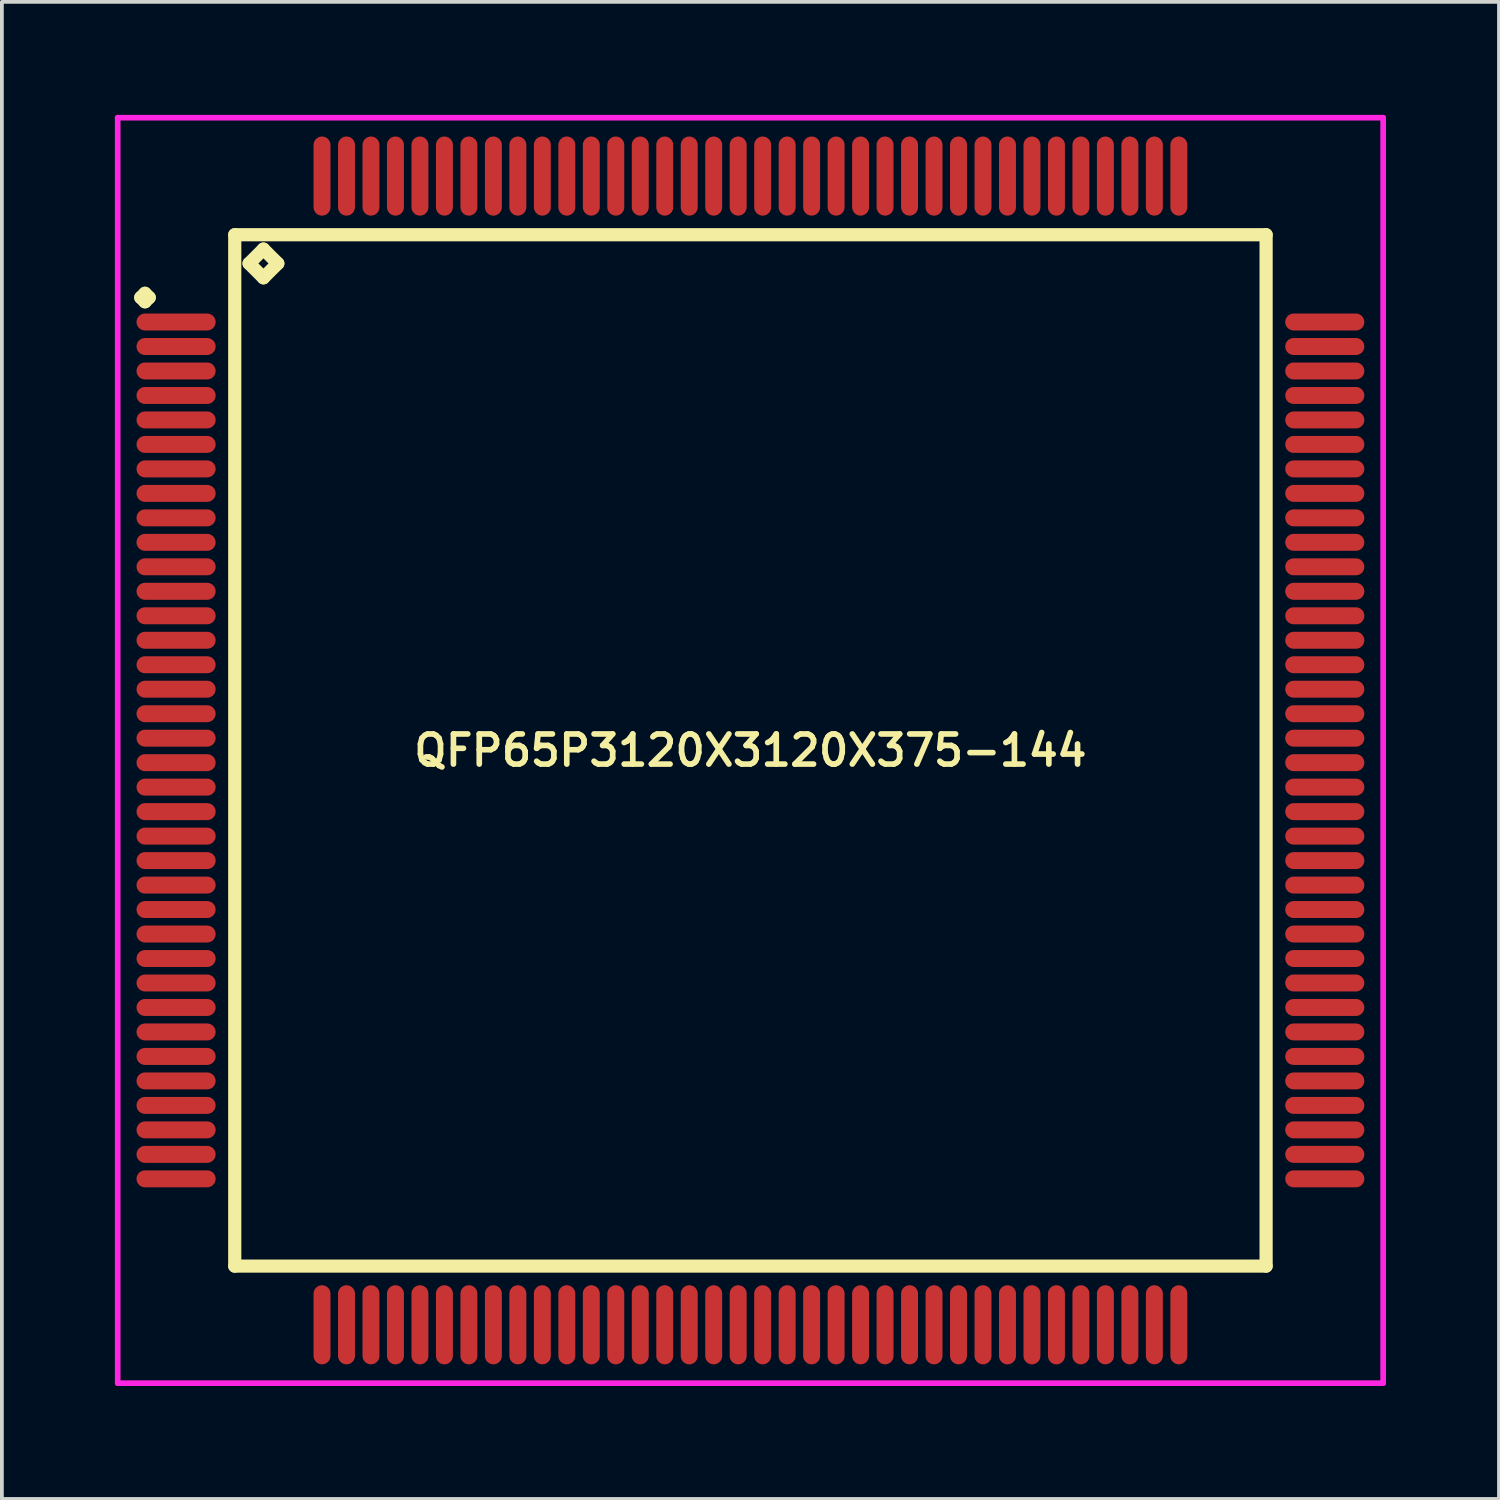
<source format=kicad_pcb>
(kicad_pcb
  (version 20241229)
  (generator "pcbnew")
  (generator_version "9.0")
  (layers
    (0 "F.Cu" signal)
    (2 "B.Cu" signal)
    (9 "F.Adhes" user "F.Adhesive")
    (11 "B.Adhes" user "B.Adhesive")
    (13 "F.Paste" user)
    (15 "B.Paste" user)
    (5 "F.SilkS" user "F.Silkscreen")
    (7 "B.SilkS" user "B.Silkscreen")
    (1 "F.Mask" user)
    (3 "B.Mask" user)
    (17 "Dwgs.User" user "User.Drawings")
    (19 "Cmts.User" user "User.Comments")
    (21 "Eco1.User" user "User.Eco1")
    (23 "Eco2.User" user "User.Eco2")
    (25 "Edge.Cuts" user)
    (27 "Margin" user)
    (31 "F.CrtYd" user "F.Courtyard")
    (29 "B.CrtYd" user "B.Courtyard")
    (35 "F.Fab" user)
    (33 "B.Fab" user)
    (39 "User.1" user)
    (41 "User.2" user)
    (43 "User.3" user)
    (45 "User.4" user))
  (footprint "QFP65P3120X3120X375-144"
    (layer "F.Cu")
    (at 16.875 16.875)
    (property "Reference" "QFP65P3120X3120X375-144" (at 0 0 0) (layer "F.SilkS") (effects (font (size 0.8 0.8) (thickness 0.15))))
    (attr through_hole)
    (fp_line (start -16.188 -12.025) (end -16.075 -12.137) (stroke (width 0.35) (type solid)) (layer "F.SilkS"))
    (fp_line (start -16.075 -12.137) (end -15.963 -12.025) (stroke (width 0.35) (type solid)) (layer "F.SilkS"))
    (fp_line (start -16.075 -11.912) (end -16.188 -12.025) (stroke (width 0.35) (type solid)) (layer "F.SilkS"))
    (fp_line (start -15.963 -12.025) (end -16.075 -11.912) (stroke (width 0.35) (type solid)) (layer "F.SilkS"))
    (fp_line (start -13.692 -13.692) (end -13.692 13.692) (stroke (width 0.35) (type solid)) (layer "F.SilkS"))
    (fp_line (start -13.692 13.692) (end 13.692 13.692) (stroke (width 0.35) (type solid)) (layer "F.SilkS"))
    (fp_line (start -13.311 -12.93) (end -12.93 -13.311) (stroke (width 0.35) (type solid)) (layer "F.SilkS"))
    (fp_line (start -12.93 -13.311) (end -12.549 -12.93) (stroke (width 0.35) (type solid)) (layer "F.SilkS"))
    (fp_line (start -12.93 -12.549) (end -13.311 -12.93) (stroke (width 0.35) (type solid)) (layer "F.SilkS"))
    (fp_line (start -12.549 -12.93) (end -12.93 -12.549) (stroke (width 0.35) (type solid)) (layer "F.SilkS"))
    (fp_line (start 13.692 -13.692) (end -13.692 -13.692) (stroke (width 0.35) (type solid)) (layer "F.SilkS"))
    (fp_line (start 13.692 13.692) (end 13.692 -13.692) (stroke (width 0.35) (type solid)) (layer "F.SilkS"))
    (fp_line (start -16.8 -16.8) (end 16.8 -16.8) (stroke (width 0.15) (type solid)) (layer "F.CrtYd"))
    (fp_line (start -16.8 16.8) (end -16.8 -16.8) (stroke (width 0.15) (type solid)) (layer "F.CrtYd"))
    (fp_line (start 16.8 -16.8) (end 16.8 16.8) (stroke (width 0.15) (type solid)) (layer "F.CrtYd"))
    (fp_line (start 16.8 16.8) (end -16.8 16.8) (stroke (width 0.15) (type solid)) (layer "F.CrtYd"))
    (pad "1" smd oval (at -15.25 -11.375) (size 2.1 0.45) (layers "F.Cu" "F.Mask" "F.Paste"))
    (pad "2" smd oval (at -15.25 -10.725) (size 2.1 0.45) (layers "F.Cu" "F.Mask" "F.Paste"))
    (pad "3" smd oval (at -15.25 -10.075) (size 2.1 0.45) (layers "F.Cu" "F.Mask" "F.Paste"))
    (pad "4" smd oval (at -15.25 -9.425) (size 2.1 0.45) (layers "F.Cu" "F.Mask" "F.Paste"))
    (pad "5" smd oval (at -15.25 -8.775) (size 2.1 0.45) (layers "F.Cu" "F.Mask" "F.Paste"))
    (pad "6" smd oval (at -15.25 -8.125) (size 2.1 0.45) (layers "F.Cu" "F.Mask" "F.Paste"))
    (pad "7" smd oval (at -15.25 -7.475) (size 2.1 0.45) (layers "F.Cu" "F.Mask" "F.Paste"))
    (pad "8" smd oval (at -15.25 -6.825) (size 2.1 0.45) (layers "F.Cu" "F.Mask" "F.Paste"))
    (pad "9" smd oval (at -15.25 -6.175) (size 2.1 0.45) (layers "F.Cu" "F.Mask" "F.Paste"))
    (pad "10" smd oval (at -15.25 -5.525) (size 2.1 0.45) (layers "F.Cu" "F.Mask" "F.Paste"))
    (pad "11" smd oval (at -15.25 -4.875) (size 2.1 0.45) (layers "F.Cu" "F.Mask" "F.Paste"))
    (pad "12" smd oval (at -15.25 -4.225) (size 2.1 0.45) (layers "F.Cu" "F.Mask" "F.Paste"))
    (pad "13" smd oval (at -15.25 -3.575) (size 2.1 0.45) (layers "F.Cu" "F.Mask" "F.Paste"))
    (pad "14" smd oval (at -15.25 -2.925) (size 2.1 0.45) (layers "F.Cu" "F.Mask" "F.Paste"))
    (pad "15" smd oval (at -15.25 -2.275) (size 2.1 0.45) (layers "F.Cu" "F.Mask" "F.Paste"))
    (pad "16" smd oval (at -15.25 -1.625) (size 2.1 0.45) (layers "F.Cu" "F.Mask" "F.Paste"))
    (pad "17" smd oval (at -15.25 -0.975) (size 2.1 0.45) (layers "F.Cu" "F.Mask" "F.Paste"))
    (pad "18" smd oval (at -15.25 -0.325) (size 2.1 0.45) (layers "F.Cu" "F.Mask" "F.Paste"))
    (pad "19" smd oval (at -15.25 0.325) (size 2.1 0.45) (layers "F.Cu" "F.Mask" "F.Paste"))
    (pad "20" smd oval (at -15.25 0.975) (size 2.1 0.45) (layers "F.Cu" "F.Mask" "F.Paste"))
    (pad "21" smd oval (at -15.25 1.625) (size 2.1 0.45) (layers "F.Cu" "F.Mask" "F.Paste"))
    (pad "22" smd oval (at -15.25 2.275) (size 2.1 0.45) (layers "F.Cu" "F.Mask" "F.Paste"))
    (pad "23" smd oval (at -15.25 2.925) (size 2.1 0.45) (layers "F.Cu" "F.Mask" "F.Paste"))
    (pad "24" smd oval (at -15.25 3.575) (size 2.1 0.45) (layers "F.Cu" "F.Mask" "F.Paste"))
    (pad "25" smd oval (at -15.25 4.225) (size 2.1 0.45) (layers "F.Cu" "F.Mask" "F.Paste"))
    (pad "26" smd oval (at -15.25 4.875) (size 2.1 0.45) (layers "F.Cu" "F.Mask" "F.Paste"))
    (pad "27" smd oval (at -15.25 5.525) (size 2.1 0.45) (layers "F.Cu" "F.Mask" "F.Paste"))
    (pad "28" smd oval (at -15.25 6.175) (size 2.1 0.45) (layers "F.Cu" "F.Mask" "F.Paste"))
    (pad "29" smd oval (at -15.25 6.825) (size 2.1 0.45) (layers "F.Cu" "F.Mask" "F.Paste"))
    (pad "30" smd oval (at -15.25 7.475) (size 2.1 0.45) (layers "F.Cu" "F.Mask" "F.Paste"))
    (pad "31" smd oval (at -15.25 8.125) (size 2.1 0.45) (layers "F.Cu" "F.Mask" "F.Paste"))
    (pad "32" smd oval (at -15.25 8.775) (size 2.1 0.45) (layers "F.Cu" "F.Mask" "F.Paste"))
    (pad "33" smd oval (at -15.25 9.425) (size 2.1 0.45) (layers "F.Cu" "F.Mask" "F.Paste"))
    (pad "34" smd oval (at -15.25 10.075) (size 2.1 0.45) (layers "F.Cu" "F.Mask" "F.Paste"))
    (pad "35" smd oval (at -15.25 10.725) (size 2.1 0.45) (layers "F.Cu" "F.Mask" "F.Paste"))
    (pad "36" smd oval (at -15.25 11.375) (size 2.1 0.45) (layers "F.Cu" "F.Mask" "F.Paste"))
    (pad "37" smd oval (at -11.375 15.25) (size 0.45 2.1) (layers "F.Cu" "F.Mask" "F.Paste"))
    (pad "38" smd oval (at -10.725 15.25) (size 0.45 2.1) (layers "F.Cu" "F.Mask" "F.Paste"))
    (pad "39" smd oval (at -10.075 15.25) (size 0.45 2.1) (layers "F.Cu" "F.Mask" "F.Paste"))
    (pad "40" smd oval (at -9.425 15.25) (size 0.45 2.1) (layers "F.Cu" "F.Mask" "F.Paste"))
    (pad "41" smd oval (at -8.775 15.25) (size 0.45 2.1) (layers "F.Cu" "F.Mask" "F.Paste"))
    (pad "42" smd oval (at -8.125 15.25) (size 0.45 2.1) (layers "F.Cu" "F.Mask" "F.Paste"))
    (pad "43" smd oval (at -7.475 15.25) (size 0.45 2.1) (layers "F.Cu" "F.Mask" "F.Paste"))
    (pad "44" smd oval (at -6.825 15.25) (size 0.45 2.1) (layers "F.Cu" "F.Mask" "F.Paste"))
    (pad "45" smd oval (at -6.175 15.25) (size 0.45 2.1) (layers "F.Cu" "F.Mask" "F.Paste"))
    (pad "46" smd oval (at -5.525 15.25) (size 0.45 2.1) (layers "F.Cu" "F.Mask" "F.Paste"))
    (pad "47" smd oval (at -4.875 15.25) (size 0.45 2.1) (layers "F.Cu" "F.Mask" "F.Paste"))
    (pad "48" smd oval (at -4.225 15.25) (size 0.45 2.1) (layers "F.Cu" "F.Mask" "F.Paste"))
    (pad "49" smd oval (at -3.575 15.25) (size 0.45 2.1) (layers "F.Cu" "F.Mask" "F.Paste"))
    (pad "50" smd oval (at -2.925 15.25) (size 0.45 2.1) (layers "F.Cu" "F.Mask" "F.Paste"))
    (pad "51" smd oval (at -2.275 15.25) (size 0.45 2.1) (layers "F.Cu" "F.Mask" "F.Paste"))
    (pad "52" smd oval (at -1.625 15.25) (size 0.45 2.1) (layers "F.Cu" "F.Mask" "F.Paste"))
    (pad "53" smd oval (at -0.975 15.25) (size 0.45 2.1) (layers "F.Cu" "F.Mask" "F.Paste"))
    (pad "54" smd oval (at -0.325 15.25) (size 0.45 2.1) (layers "F.Cu" "F.Mask" "F.Paste"))
    (pad "55" smd oval (at 0.325 15.25) (size 0.45 2.1) (layers "F.Cu" "F.Mask" "F.Paste"))
    (pad "56" smd oval (at 0.975 15.25) (size 0.45 2.1) (layers "F.Cu" "F.Mask" "F.Paste"))
    (pad "57" smd oval (at 1.625 15.25) (size 0.45 2.1) (layers "F.Cu" "F.Mask" "F.Paste"))
    (pad "58" smd oval (at 2.275 15.25) (size 0.45 2.1) (layers "F.Cu" "F.Mask" "F.Paste"))
    (pad "59" smd oval (at 2.925 15.25) (size 0.45 2.1) (layers "F.Cu" "F.Mask" "F.Paste"))
    (pad "60" smd oval (at 3.575 15.25) (size 0.45 2.1) (layers "F.Cu" "F.Mask" "F.Paste"))
    (pad "61" smd oval (at 4.225 15.25) (size 0.45 2.1) (layers "F.Cu" "F.Mask" "F.Paste"))
    (pad "62" smd oval (at 4.875 15.25) (size 0.45 2.1) (layers "F.Cu" "F.Mask" "F.Paste"))
    (pad "63" smd oval (at 5.525 15.25) (size 0.45 2.1) (layers "F.Cu" "F.Mask" "F.Paste"))
    (pad "64" smd oval (at 6.175 15.25) (size 0.45 2.1) (layers "F.Cu" "F.Mask" "F.Paste"))
    (pad "65" smd oval (at 6.825 15.25) (size 0.45 2.1) (layers "F.Cu" "F.Mask" "F.Paste"))
    (pad "66" smd oval (at 7.475 15.25) (size 0.45 2.1) (layers "F.Cu" "F.Mask" "F.Paste"))
    (pad "67" smd oval (at 8.125 15.25) (size 0.45 2.1) (layers "F.Cu" "F.Mask" "F.Paste"))
    (pad "68" smd oval (at 8.775 15.25) (size 0.45 2.1) (layers "F.Cu" "F.Mask" "F.Paste"))
    (pad "69" smd oval (at 9.425 15.25) (size 0.45 2.1) (layers "F.Cu" "F.Mask" "F.Paste"))
    (pad "70" smd oval (at 10.075 15.25) (size 0.45 2.1) (layers "F.Cu" "F.Mask" "F.Paste"))
    (pad "71" smd oval (at 10.725 15.25) (size 0.45 2.1) (layers "F.Cu" "F.Mask" "F.Paste"))
    (pad "72" smd oval (at 11.375 15.25) (size 0.45 2.1) (layers "F.Cu" "F.Mask" "F.Paste"))
    (pad "73" smd oval (at 15.25 11.375) (size 2.1 0.45) (layers "F.Cu" "F.Mask" "F.Paste"))
    (pad "74" smd oval (at 15.25 10.725) (size 2.1 0.45) (layers "F.Cu" "F.Mask" "F.Paste"))
    (pad "75" smd oval (at 15.25 10.075) (size 2.1 0.45) (layers "F.Cu" "F.Mask" "F.Paste"))
    (pad "76" smd oval (at 15.25 9.425) (size 2.1 0.45) (layers "F.Cu" "F.Mask" "F.Paste"))
    (pad "77" smd oval (at 15.25 8.775) (size 2.1 0.45) (layers "F.Cu" "F.Mask" "F.Paste"))
    (pad "78" smd oval (at 15.25 8.125) (size 2.1 0.45) (layers "F.Cu" "F.Mask" "F.Paste"))
    (pad "79" smd oval (at 15.25 7.475) (size 2.1 0.45) (layers "F.Cu" "F.Mask" "F.Paste"))
    (pad "80" smd oval (at 15.25 6.825) (size 2.1 0.45) (layers "F.Cu" "F.Mask" "F.Paste"))
    (pad "81" smd oval (at 15.25 6.175) (size 2.1 0.45) (layers "F.Cu" "F.Mask" "F.Paste"))
    (pad "82" smd oval (at 15.25 5.525) (size 2.1 0.45) (layers "F.Cu" "F.Mask" "F.Paste"))
    (pad "83" smd oval (at 15.25 4.875) (size 2.1 0.45) (layers "F.Cu" "F.Mask" "F.Paste"))
    (pad "84" smd oval (at 15.25 4.225) (size 2.1 0.45) (layers "F.Cu" "F.Mask" "F.Paste"))
    (pad "85" smd oval (at 15.25 3.575) (size 2.1 0.45) (layers "F.Cu" "F.Mask" "F.Paste"))
    (pad "86" smd oval (at 15.25 2.925) (size 2.1 0.45) (layers "F.Cu" "F.Mask" "F.Paste"))
    (pad "87" smd oval (at 15.25 2.275) (size 2.1 0.45) (layers "F.Cu" "F.Mask" "F.Paste"))
    (pad "88" smd oval (at 15.25 1.625) (size 2.1 0.45) (layers "F.Cu" "F.Mask" "F.Paste"))
    (pad "89" smd oval (at 15.25 0.975) (size 2.1 0.45) (layers "F.Cu" "F.Mask" "F.Paste"))
    (pad "90" smd oval (at 15.25 0.325) (size 2.1 0.45) (layers "F.Cu" "F.Mask" "F.Paste"))
    (pad "91" smd oval (at 15.25 -0.325) (size 2.1 0.45) (layers "F.Cu" "F.Mask" "F.Paste"))
    (pad "92" smd oval (at 15.25 -0.975) (size 2.1 0.45) (layers "F.Cu" "F.Mask" "F.Paste"))
    (pad "93" smd oval (at 15.25 -1.625) (size 2.1 0.45) (layers "F.Cu" "F.Mask" "F.Paste"))
    (pad "94" smd oval (at 15.25 -2.275) (size 2.1 0.45) (layers "F.Cu" "F.Mask" "F.Paste"))
    (pad "95" smd oval (at 15.25 -2.925) (size 2.1 0.45) (layers "F.Cu" "F.Mask" "F.Paste"))
    (pad "96" smd oval (at 15.25 -3.575) (size 2.1 0.45) (layers "F.Cu" "F.Mask" "F.Paste"))
    (pad "97" smd oval (at 15.25 -4.225) (size 2.1 0.45) (layers "F.Cu" "F.Mask" "F.Paste"))
    (pad "98" smd oval (at 15.25 -4.875) (size 2.1 0.45) (layers "F.Cu" "F.Mask" "F.Paste"))
    (pad "99" smd oval (at 15.25 -5.525) (size 2.1 0.45) (layers "F.Cu" "F.Mask" "F.Paste"))
    (pad "100" smd oval (at 15.25 -6.175) (size 2.1 0.45) (layers "F.Cu" "F.Mask" "F.Paste"))
    (pad "101" smd oval (at 15.25 -6.825) (size 2.1 0.45) (layers "F.Cu" "F.Mask" "F.Paste"))
    (pad "102" smd oval (at 15.25 -7.475) (size 2.1 0.45) (layers "F.Cu" "F.Mask" "F.Paste"))
    (pad "103" smd oval (at 15.25 -8.125) (size 2.1 0.45) (layers "F.Cu" "F.Mask" "F.Paste"))
    (pad "104" smd oval (at 15.25 -8.775) (size 2.1 0.45) (layers "F.Cu" "F.Mask" "F.Paste"))
    (pad "105" smd oval (at 15.25 -9.425) (size 2.1 0.45) (layers "F.Cu" "F.Mask" "F.Paste"))
    (pad "106" smd oval (at 15.25 -10.075) (size 2.1 0.45) (layers "F.Cu" "F.Mask" "F.Paste"))
    (pad "107" smd oval (at 15.25 -10.725) (size 2.1 0.45) (layers "F.Cu" "F.Mask" "F.Paste"))
    (pad "108" smd oval (at 15.25 -11.375) (size 2.1 0.45) (layers "F.Cu" "F.Mask" "F.Paste"))
    (pad "109" smd oval (at 11.375 -15.25) (size 0.45 2.1) (layers "F.Cu" "F.Mask" "F.Paste"))
    (pad "110" smd oval (at 10.725 -15.25) (size 0.45 2.1) (layers "F.Cu" "F.Mask" "F.Paste"))
    (pad "111" smd oval (at 10.075 -15.25) (size 0.45 2.1) (layers "F.Cu" "F.Mask" "F.Paste"))
    (pad "112" smd oval (at 9.425 -15.25) (size 0.45 2.1) (layers "F.Cu" "F.Mask" "F.Paste"))
    (pad "113" smd oval (at 8.775 -15.25) (size 0.45 2.1) (layers "F.Cu" "F.Mask" "F.Paste"))
    (pad "114" smd oval (at 8.125 -15.25) (size 0.45 2.1) (layers "F.Cu" "F.Mask" "F.Paste"))
    (pad "115" smd oval (at 7.475 -15.25) (size 0.45 2.1) (layers "F.Cu" "F.Mask" "F.Paste"))
    (pad "116" smd oval (at 6.825 -15.25) (size 0.45 2.1) (layers "F.Cu" "F.Mask" "F.Paste"))
    (pad "117" smd oval (at 6.175 -15.25) (size 0.45 2.1) (layers "F.Cu" "F.Mask" "F.Paste"))
    (pad "118" smd oval (at 5.525 -15.25) (size 0.45 2.1) (layers "F.Cu" "F.Mask" "F.Paste"))
    (pad "119" smd oval (at 4.875 -15.25) (size 0.45 2.1) (layers "F.Cu" "F.Mask" "F.Paste"))
    (pad "120" smd oval (at 4.225 -15.25) (size 0.45 2.1) (layers "F.Cu" "F.Mask" "F.Paste"))
    (pad "121" smd oval (at 3.575 -15.25) (size 0.45 2.1) (layers "F.Cu" "F.Mask" "F.Paste"))
    (pad "122" smd oval (at 2.925 -15.25) (size 0.45 2.1) (layers "F.Cu" "F.Mask" "F.Paste"))
    (pad "123" smd oval (at 2.275 -15.25) (size 0.45 2.1) (layers "F.Cu" "F.Mask" "F.Paste"))
    (pad "124" smd oval (at 1.625 -15.25) (size 0.45 2.1) (layers "F.Cu" "F.Mask" "F.Paste"))
    (pad "125" smd oval (at 0.975 -15.25) (size 0.45 2.1) (layers "F.Cu" "F.Mask" "F.Paste"))
    (pad "126" smd oval (at 0.325 -15.25) (size 0.45 2.1) (layers "F.Cu" "F.Mask" "F.Paste"))
    (pad "127" smd oval (at -0.325 -15.25) (size 0.45 2.1) (layers "F.Cu" "F.Mask" "F.Paste"))
    (pad "128" smd oval (at -0.975 -15.25) (size 0.45 2.1) (layers "F.Cu" "F.Mask" "F.Paste"))
    (pad "129" smd oval (at -1.625 -15.25) (size 0.45 2.1) (layers "F.Cu" "F.Mask" "F.Paste"))
    (pad "130" smd oval (at -2.275 -15.25) (size 0.45 2.1) (layers "F.Cu" "F.Mask" "F.Paste"))
    (pad "131" smd oval (at -2.925 -15.25) (size 0.45 2.1) (layers "F.Cu" "F.Mask" "F.Paste"))
    (pad "132" smd oval (at -3.575 -15.25) (size 0.45 2.1) (layers "F.Cu" "F.Mask" "F.Paste"))
    (pad "133" smd oval (at -4.225 -15.25) (size 0.45 2.1) (layers "F.Cu" "F.Mask" "F.Paste"))
    (pad "134" smd oval (at -4.875 -15.25) (size 0.45 2.1) (layers "F.Cu" "F.Mask" "F.Paste"))
    (pad "135" smd oval (at -5.525 -15.25) (size 0.45 2.1) (layers "F.Cu" "F.Mask" "F.Paste"))
    (pad "136" smd oval (at -6.175 -15.25) (size 0.45 2.1) (layers "F.Cu" "F.Mask" "F.Paste"))
    (pad "137" smd oval (at -6.825 -15.25) (size 0.45 2.1) (layers "F.Cu" "F.Mask" "F.Paste"))
    (pad "138" smd oval (at -7.475 -15.25) (size 0.45 2.1) (layers "F.Cu" "F.Mask" "F.Paste"))
    (pad "139" smd oval (at -8.125 -15.25) (size 0.45 2.1) (layers "F.Cu" "F.Mask" "F.Paste"))
    (pad "140" smd oval (at -8.775 -15.25) (size 0.45 2.1) (layers "F.Cu" "F.Mask" "F.Paste"))
    (pad "141" smd oval (at -9.425 -15.25) (size 0.45 2.1) (layers "F.Cu" "F.Mask" "F.Paste"))
    (pad "142" smd oval (at -10.075 -15.25) (size 0.45 2.1) (layers "F.Cu" "F.Mask" "F.Paste"))
    (pad "143" smd oval (at -10.725 -15.25) (size 0.45 2.1) (layers "F.Cu" "F.Mask" "F.Paste"))
    (pad "144" smd oval (at -11.375 -15.25) (size 0.45 2.1) (layers "F.Cu" "F.Mask" "F.Paste")))
  (gr_rect
    (start -3 -3)
    (end 36.75 36.75)
    (stroke (width 0.1) (type default))
    (fill no)
    (layer "Edge.Cuts")))
</source>
